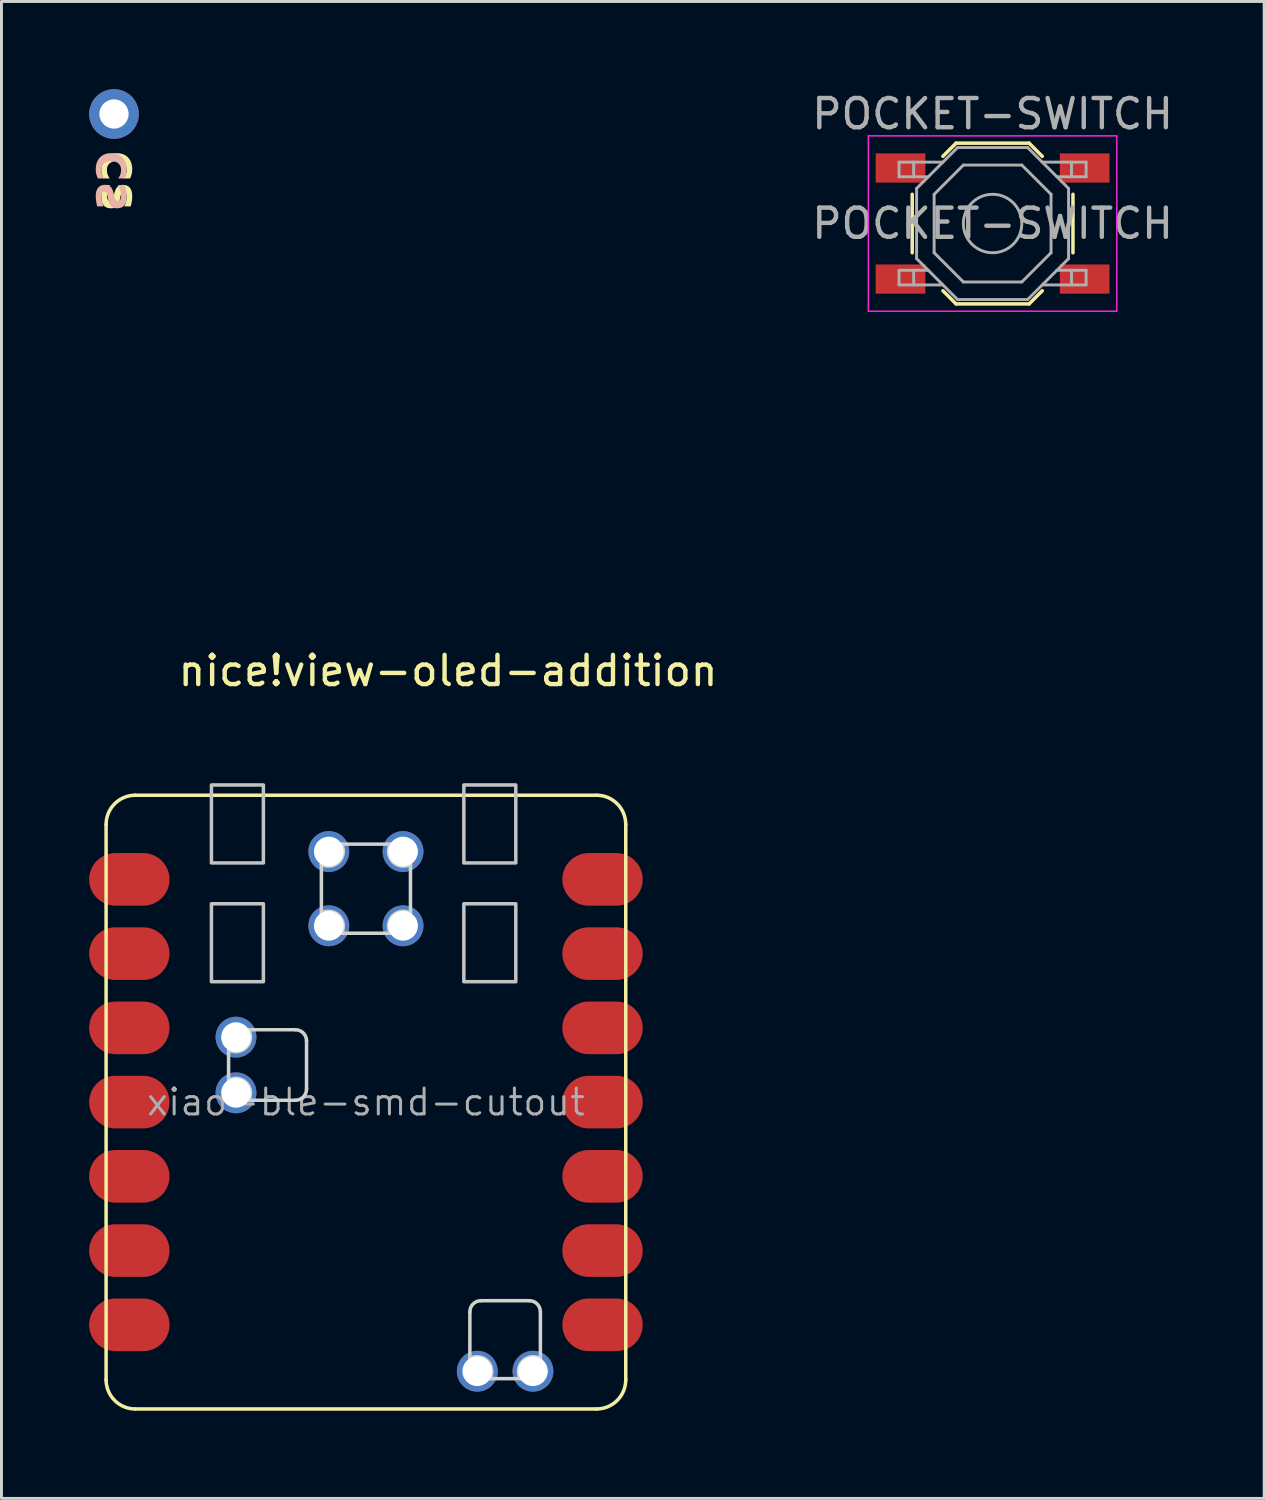
<source format=kicad_pcb>
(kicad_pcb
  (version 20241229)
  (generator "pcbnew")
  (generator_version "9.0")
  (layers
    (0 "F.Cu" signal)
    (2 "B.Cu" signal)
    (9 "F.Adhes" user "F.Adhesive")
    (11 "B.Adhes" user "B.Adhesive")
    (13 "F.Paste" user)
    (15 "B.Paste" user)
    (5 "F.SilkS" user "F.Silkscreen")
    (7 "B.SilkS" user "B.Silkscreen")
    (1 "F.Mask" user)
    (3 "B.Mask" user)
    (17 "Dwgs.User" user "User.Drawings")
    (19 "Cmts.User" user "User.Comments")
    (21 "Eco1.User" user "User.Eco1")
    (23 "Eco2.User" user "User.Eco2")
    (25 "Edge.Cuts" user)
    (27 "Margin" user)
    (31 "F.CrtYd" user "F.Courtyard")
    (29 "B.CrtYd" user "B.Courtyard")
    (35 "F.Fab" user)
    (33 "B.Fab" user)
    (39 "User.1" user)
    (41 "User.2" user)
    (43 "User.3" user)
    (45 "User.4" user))
  (footprint "nice!view-oled-addition"
    (layer "F.Cu")
    (at 7.2 0.85)
    (property "Reference" "nice!view-oled-addition" (at 5.08 19.05 0) (layer "F.SilkS") (effects (font (size 1 1) (thickness 0.15))))
    (attr through_hole exclude_from_pos_files)
    (fp_text user "CS" (at -6.35 1.27 270) (unlocked yes) (layer "F.SilkS") (effects (font (face "Roboto Black") (size 1 1) (thickness 0.15)) (justify left)))
    (fp_text user "CS" (at -6.35 1.27 90) (unlocked yes) (layer "B.SilkS") (effects (font (face "Roboto Black") (size 1 1) (thickness 0.15)) (justify left mirror)))
    (pad "1" thru_hole oval (at -6.35 0 90) (size 1.7 1.7) (drill 1) (layers "*.Cu" "*.Mask")))
  (footprint "xiao-ble-smd-cutout"
    (layer "F.Cu")
    (at 9.47 34.658)
    (property "Reference" "xiao-ble-smd-cutout" (at 0 0 0) (layer "F.Fab") (effects (font (size 0.889 0.889) (thickness 0.102))))
    (attr smd exclude_from_pos_files)
    (fp_line (start -8.89 -9.5) (end -8.89 9.5) (stroke (width 0.12) (type default)) (layer "F.SilkS"))
    (fp_line (start -7.89 10.5) (end 7.89 10.5) (stroke (width 0.12) (type default)) (layer "F.SilkS"))
    (fp_line (start 7.89 -10.5) (end -7.89 -10.5) (stroke (width 0.12) (type default)) (layer "F.SilkS"))
    (fp_line (start 8.89 9.5) (end 8.89 -9.5) (stroke (width 0.12) (type default)) (layer "F.SilkS"))
    (fp_arc (start -8.89 -9.5) (mid -8.597107 -10.207107) (end -7.89 -10.5) (stroke (width 0.12) (type default)) (layer "F.SilkS"))
    (fp_arc (start -7.89 10.5) (mid -8.597107 10.207107) (end -8.89 9.5) (stroke (width 0.12) (type default)) (layer "F.SilkS"))
    (fp_arc (start 7.89 -10.5) (mid 8.597107 -10.207107) (end 8.89 -9.5) (stroke (width 0.12) (type default)) (layer "F.SilkS"))
    (fp_arc (start 8.89 9.5) (mid 8.597107 10.207107) (end 7.89 10.5) (stroke (width 0.12) (type default)) (layer "F.SilkS"))
    (fp_rect (start -5.286 -6.786) (end -3.508 -4.119) (stroke (width 0.12) (type solid)) (fill no) (layer "Dwgs.User"))
    (fp_rect (start -3.508 -8.183) (end -5.286 -10.85) (stroke (width 0.12) (type solid)) (fill no) (layer "Dwgs.User"))
    (fp_rect (start 3.35 -10.85) (end 5.128 -8.183) (stroke (width 0.12) (type solid)) (fill no) (layer "Dwgs.User"))
    (fp_rect (start 3.35 -6.786) (end 5.128 -4.119) (stroke (width 0.12) (type solid)) (fill no) (layer "Dwgs.User"))
    (fp_line (start -4.699 -0.749) (end -4.699 -1.79) (stroke (width 0.12) (type solid)) (layer "Edge.Cuts"))
    (fp_line (start -4.013 -2.476) (end -2.413 -2.476) (stroke (width 0.12) (type solid)) (layer "Edge.Cuts"))
    (fp_line (start -2.413 -0.063) (end -4.013 -0.063) (stroke (width 0.12) (type solid)) (layer "Edge.Cuts"))
    (fp_line (start -2.032 -2.095) (end -2.032 -0.444) (stroke (width 0.12) (type solid)) (layer "Edge.Cuts"))
    (fp_line (start -1.524 -6.464) (end -1.524 -8.14) (stroke (width 0.12) (type solid)) (layer "Edge.Cuts"))
    (fp_line (start -0.838 -8.826) (end 0.838 -8.826) (stroke (width 0.12) (type solid)) (layer "Edge.Cuts"))
    (fp_line (start -0.838 -5.778) (end 0.838 -5.778) (stroke (width 0.12) (type solid)) (layer "Edge.Cuts"))
    (fp_line (start 1.524 -6.464) (end 1.524 -8.14) (stroke (width 0.12) (type solid)) (layer "Edge.Cuts"))
    (fp_line (start 3.556 8.776) (end 3.557 7.176) (stroke (width 0.12) (type solid)) (layer "Edge.Cuts"))
    (fp_line (start 3.938 6.795) (end 5.588 6.795) (stroke (width 0.12) (type solid)) (layer "Edge.Cuts"))
    (fp_line (start 5.283 9.462) (end 4.242 9.462) (stroke (width 0.12) (type solid)) (layer "Edge.Cuts"))
    (fp_line (start 5.97 7.176) (end 5.969 8.776) (stroke (width 0.12) (type solid)) (layer "Edge.Cuts"))
    (fp_arc (start -4.699 -0.7488) (mid -4.095391 -0.666609) (end -4.0132 -0.063) (stroke (width 0.12) (type solid)) (layer "Edge.Cuts"))
    (fp_arc (start -4.0132 -2.476) (mid -4.095391 -1.872391) (end -4.699 -1.7902) (stroke (width 0.12) (type solid)) (layer "Edge.Cuts"))
    (fp_arc (start -2.413 -2.476) (mid -2.143592 -2.364408) (end -2.032 -2.095) (stroke (width 0.12) (type solid)) (layer "Edge.Cuts"))
    (fp_arc (start -2.032 -0.444) (mid -2.143592 -0.174592) (end -2.413 -0.063) (stroke (width 0.12) (type solid)) (layer "Edge.Cuts"))
    (fp_arc (start -1.524 -6.4638) (mid -0.920391 -6.381609) (end -0.8382 -5.778) (stroke (width 0.12) (type solid)) (layer "Edge.Cuts"))
    (fp_arc (start -0.8382 -8.826) (mid -0.920391 -8.222391) (end -1.524 -8.1402) (stroke (width 0.12) (type solid)) (layer "Edge.Cuts"))
    (fp_arc (start 0.8382 -5.778) (mid 0.920391 -6.381609) (end 1.524 -6.4638) (stroke (width 0.12) (type solid)) (layer "Edge.Cuts"))
    (fp_arc (start 1.524 -8.1402) (mid 0.920391 -8.222391) (end 0.8382 -8.826) (stroke (width 0.12) (type solid)) (layer "Edge.Cuts"))
    (fp_arc (start 3.556 8.7762) (mid 4.159609 8.858391) (end 4.2418 9.462) (stroke (width 0.12) (type solid)) (layer "Edge.Cuts"))
    (fp_arc (start 3.5565 7.176) (mid 3.668092 6.906592) (end 3.9375 6.795) (stroke (width 0.12) (type solid)) (layer "Edge.Cuts"))
    (fp_arc (start 5.2832 9.462) (mid 5.365391 8.858391) (end 5.969 8.7762) (stroke (width 0.12) (type solid)) (layer "Edge.Cuts"))
    (fp_arc (start 5.5885 6.795) (mid 5.857908 6.906592) (end 5.9695 7.176) (stroke (width 0.12) (type solid)) (layer "Edge.Cuts"))
    (pad "1" smd oval (at -8.57 -7.62 180) (size 2.75 1.8) (drill (offset -0.475 0)) (layers "F.Cu" "F.Mask" "F.Paste"))
    (pad "2" smd oval (at -8.57 -5.08 180) (size 2.75 1.8) (drill (offset -0.475 0)) (layers "F.Cu" "F.Mask" "F.Paste"))
    (pad "3" smd oval (at -8.57 -2.54 180) (size 2.75 1.8) (drill (offset -0.475 0)) (layers "F.Cu" "F.Mask" "F.Paste"))
    (pad "4" smd oval (at -8.57 0 180) (size 2.75 1.8) (drill (offset -0.475 0)) (layers "F.Cu" "F.Mask" "F.Paste"))
    (pad "5" smd oval (at -8.57 2.54 180) (size 2.75 1.8) (drill (offset -0.475 0)) (layers "F.Cu" "F.Mask" "F.Paste"))
    (pad "6" smd oval (at -8.57 5.08 180) (size 2.75 1.8) (drill (offset -0.475 0)) (layers "F.Cu" "F.Mask" "F.Paste"))
    (pad "7" smd oval (at -8.57 7.62 180) (size 2.75 1.8) (drill (offset -0.475 0)) (layers "F.Cu" "F.Mask" "F.Paste"))
    (pad "8" smd oval (at 8.57 7.62) (size 2.75 1.8) (drill (offset -0.475 0)) (layers "F.Cu" "F.Mask" "F.Paste"))
    (pad "9" smd oval (at 8.57 5.08) (size 2.75 1.8) (drill (offset -0.475 0)) (layers "F.Cu" "F.Mask" "F.Paste"))
    (pad "10" smd oval (at 8.57 2.54) (size 2.75 1.8) (drill (offset -0.475 0)) (layers "F.Cu" "F.Mask" "F.Paste"))
    (pad "11" smd oval (at 8.57 0) (size 2.75 1.8) (drill (offset -0.475 0)) (layers "F.Cu" "F.Mask" "F.Paste"))
    (pad "12" smd oval (at 8.57 -2.54) (size 2.75 1.8) (drill (offset -0.475 0)) (layers "F.Cu" "F.Mask" "F.Paste"))
    (pad "13" smd oval (at 8.57 -5.08) (size 2.75 1.8) (drill (offset -0.475 0)) (layers "F.Cu" "F.Mask" "F.Paste"))
    (pad "14" smd oval (at 8.57 -7.62) (size 2.75 1.8) (drill (offset -0.475 0)) (layers "F.Cu" "F.Mask" "F.Paste"))
    (pad "15" thru_hole circle (at -1.27 -8.572 90) (size 1.397 1.397) (drill 1.016) (layers "*.Cu" "*.Mask"))
    (pad "16" thru_hole circle (at 1.27 -8.572 90) (size 1.397 1.397) (drill 1.016) (layers "*.Cu" "*.Mask"))
    (pad "17" thru_hole circle (at -1.27 -6.032 90) (size 1.397 1.397) (drill 1.016) (layers "*.Cu" "*.Mask"))
    (pad "18" thru_hole circle (at 1.27 -6.032 90) (size 1.397 1.397) (drill 1.016) (layers "*.Cu" "*.Mask"))
    (pad "19" thru_hole circle (at -4.445 -0.317 180) (size 1.397 1.397) (drill 1.016) (layers "*.Cu" "*.Mask"))
    (pad "20" thru_hole circle (at -4.445 -2.222 180) (size 1.397 1.397) (drill 1.016) (layers "*.Cu" "*.Mask"))
    (pad "21" thru_hole circle (at 3.81 9.208 180) (size 1.397 1.397) (drill 1.016) (layers "*.Cu" "*.Mask"))
    (pad "22" thru_hole circle (at 5.715 9.208 180) (size 1.397 1.397) (drill 1.016) (layers "*.Cu" "*.Mask")))
  (footprint "POCKET-SWITCH"
    (layer "F.Cu")
    (at 30.911 4.598)
    (property "Reference" "POCKET-SWITCH" (at 0 0 0) (layer "F.Fab") (effects (font (size 1 1) (thickness 0.15))))
    (attr smd)
    (fp_line (start -2.75 -1) (end -2.75 1) (stroke (width 0.12) (type solid)) (layer "F.SilkS"))
    (fp_line (start -1.7 -2.3) (end -1.25 -2.75) (stroke (width 0.12) (type solid)) (layer "F.SilkS"))
    (fp_line (start -1.7 2.3) (end -1.25 2.75) (stroke (width 0.12) (type solid)) (layer "F.SilkS"))
    (fp_line (start -1.25 -2.75) (end 1.25 -2.75) (stroke (width 0.12) (type solid)) (layer "F.SilkS"))
    (fp_line (start -1.25 2.75) (end 1.25 2.75) (stroke (width 0.12) (type solid)) (layer "F.SilkS"))
    (fp_line (start 1.7 -2.3) (end 1.25 -2.75) (stroke (width 0.12) (type solid)) (layer "F.SilkS"))
    (fp_line (start 1.7 2.3) (end 1.25 2.75) (stroke (width 0.12) (type solid)) (layer "F.SilkS"))
    (fp_line (start 2.75 -1) (end 2.75 1) (stroke (width 0.12) (type solid)) (layer "F.SilkS"))
    (fp_line (start -4.25 -3) (end 4.25 -3) (stroke (width 0.05) (type solid)) (layer "F.CrtYd"))
    (fp_line (start -4.25 3) (end -4.25 -3) (stroke (width 0.05) (type solid)) (layer "F.CrtYd"))
    (fp_line (start 4.25 -3) (end 4.25 3) (stroke (width 0.05) (type solid)) (layer "F.CrtYd"))
    (fp_line (start 4.25 3) (end -4.25 3) (stroke (width 0.05) (type solid)) (layer "F.CrtYd"))
    (fp_line (start -3.2 -2.1) (end -3.2 -1.6) (stroke (width 0.1) (type solid)) (layer "F.Fab"))
    (fp_line (start -3.2 -1.6) (end -2.2 -1.6) (stroke (width 0.1) (type solid)) (layer "F.Fab"))
    (fp_line (start -3.2 1.6) (end -2.2 1.6) (stroke (width 0.1) (type solid)) (layer "F.Fab"))
    (fp_line (start -3.2 2.1) (end -3.2 1.6) (stroke (width 0.1) (type solid)) (layer "F.Fab"))
    (fp_line (start -2.7 -2.1) (end -2.7 -1.6) (stroke (width 0.1) (type solid)) (layer "F.Fab"))
    (fp_line (start -2.7 2.1) (end -2.7 1.6) (stroke (width 0.1) (type solid)) (layer "F.Fab"))
    (fp_line (start -2.6 -1.2) (end -2.6 1.2) (stroke (width 0.1) (type solid)) (layer "F.Fab"))
    (fp_line (start -2.6 1.2) (end -1.2 2.6) (stroke (width 0.1) (type solid)) (layer "F.Fab"))
    (fp_line (start -2 -1) (end -1 -2) (stroke (width 0.1) (type solid)) (layer "F.Fab"))
    (fp_line (start -2 1) (end -2 -1) (stroke (width 0.1) (type solid)) (layer "F.Fab"))
    (fp_line (start -1.7 -2.1) (end -3.2 -2.1) (stroke (width 0.1) (type solid)) (layer "F.Fab"))
    (fp_line (start -1.7 2.1) (end -3.2 2.1) (stroke (width 0.1) (type solid)) (layer "F.Fab"))
    (fp_line (start -1.2 -2.6) (end -2.6 -1.2) (stroke (width 0.1) (type solid)) (layer "F.Fab"))
    (fp_line (start -1.2 2.6) (end 1.2 2.6) (stroke (width 0.1) (type solid)) (layer "F.Fab"))
    (fp_line (start -1 -2) (end 1 -2) (stroke (width 0.1) (type solid)) (layer "F.Fab"))
    (fp_line (start -1 2) (end -2 1) (stroke (width 0.1) (type solid)) (layer "F.Fab"))
    (fp_line (start 1 -2) (end 2 -1) (stroke (width 0.1) (type solid)) (layer "F.Fab"))
    (fp_line (start 1 2) (end -1 2) (stroke (width 0.1) (type solid)) (layer "F.Fab"))
    (fp_line (start 1.2 -2.6) (end -1.2 -2.6) (stroke (width 0.1) (type solid)) (layer "F.Fab"))
    (fp_line (start 1.2 2.6) (end 2.6 1.2) (stroke (width 0.1) (type solid)) (layer "F.Fab"))
    (fp_line (start 1.7 -2.1) (end 3.2 -2.1) (stroke (width 0.1) (type solid)) (layer "F.Fab"))
    (fp_line (start 1.7 2.1) (end 3.2 2.1) (stroke (width 0.1) (type solid)) (layer "F.Fab"))
    (fp_line (start 2 -1) (end 2 1) (stroke (width 0.1) (type solid)) (layer "F.Fab"))
    (fp_line (start 2 1) (end 1 2) (stroke (width 0.1) (type solid)) (layer "F.Fab"))
    (fp_line (start 2.6 -1.2) (end 1.2 -2.6) (stroke (width 0.1) (type solid)) (layer "F.Fab"))
    (fp_line (start 2.6 1.2) (end 2.6 -1.2) (stroke (width 0.1) (type solid)) (layer "F.Fab"))
    (fp_line (start 2.7 -2.1) (end 2.7 -1.6) (stroke (width 0.1) (type solid)) (layer "F.Fab"))
    (fp_line (start 2.7 2.1) (end 2.7 1.6) (stroke (width 0.1) (type solid)) (layer "F.Fab"))
    (fp_line (start 3.2 -2.1) (end 3.2 -1.6) (stroke (width 0.1) (type solid)) (layer "F.Fab"))
    (fp_line (start 3.2 -1.6) (end 2.2 -1.6) (stroke (width 0.1) (type solid)) (layer "F.Fab"))
    (fp_line (start 3.2 1.6) (end 2.2 1.6) (stroke (width 0.1) (type solid)) (layer "F.Fab"))
    (fp_line (start 3.2 2.1) (end 3.2 1.6) (stroke (width 0.1) (type solid)) (layer "F.Fab"))
    (fp_circle (center 0 0) (end 1 0) (stroke (width 0.1) (type solid)) (fill no) (layer "F.Fab"))
    (fp_text user "${REFERENCE}" (at 0 -3.75 0) (layer "F.Fab") (effects (font (size 1 1) (thickness 0.15))))
    (pad "1" smd rect (at -3.15 -1.9) (size 1.7 1) (layers "F.Cu" "F.Mask" "F.Paste"))
    (pad "1" smd rect (at 3.15 -1.9) (size 1.7 1) (layers "F.Cu" "F.Mask" "F.Paste"))
    (pad "2" smd rect (at -3.15 1.9) (size 1.7 1) (layers "F.Cu" "F.Mask" "F.Paste"))
    (pad "2" smd rect (at 3.15 1.9) (size 1.7 1) (layers "F.Cu" "F.Mask" "F.Paste")))
  (gr_rect
    (start -3 -3)
    (end 40.203 48.218)
    (stroke (width 0.1) (type default))
    (fill no)
    (layer "Edge.Cuts")))
</source>
